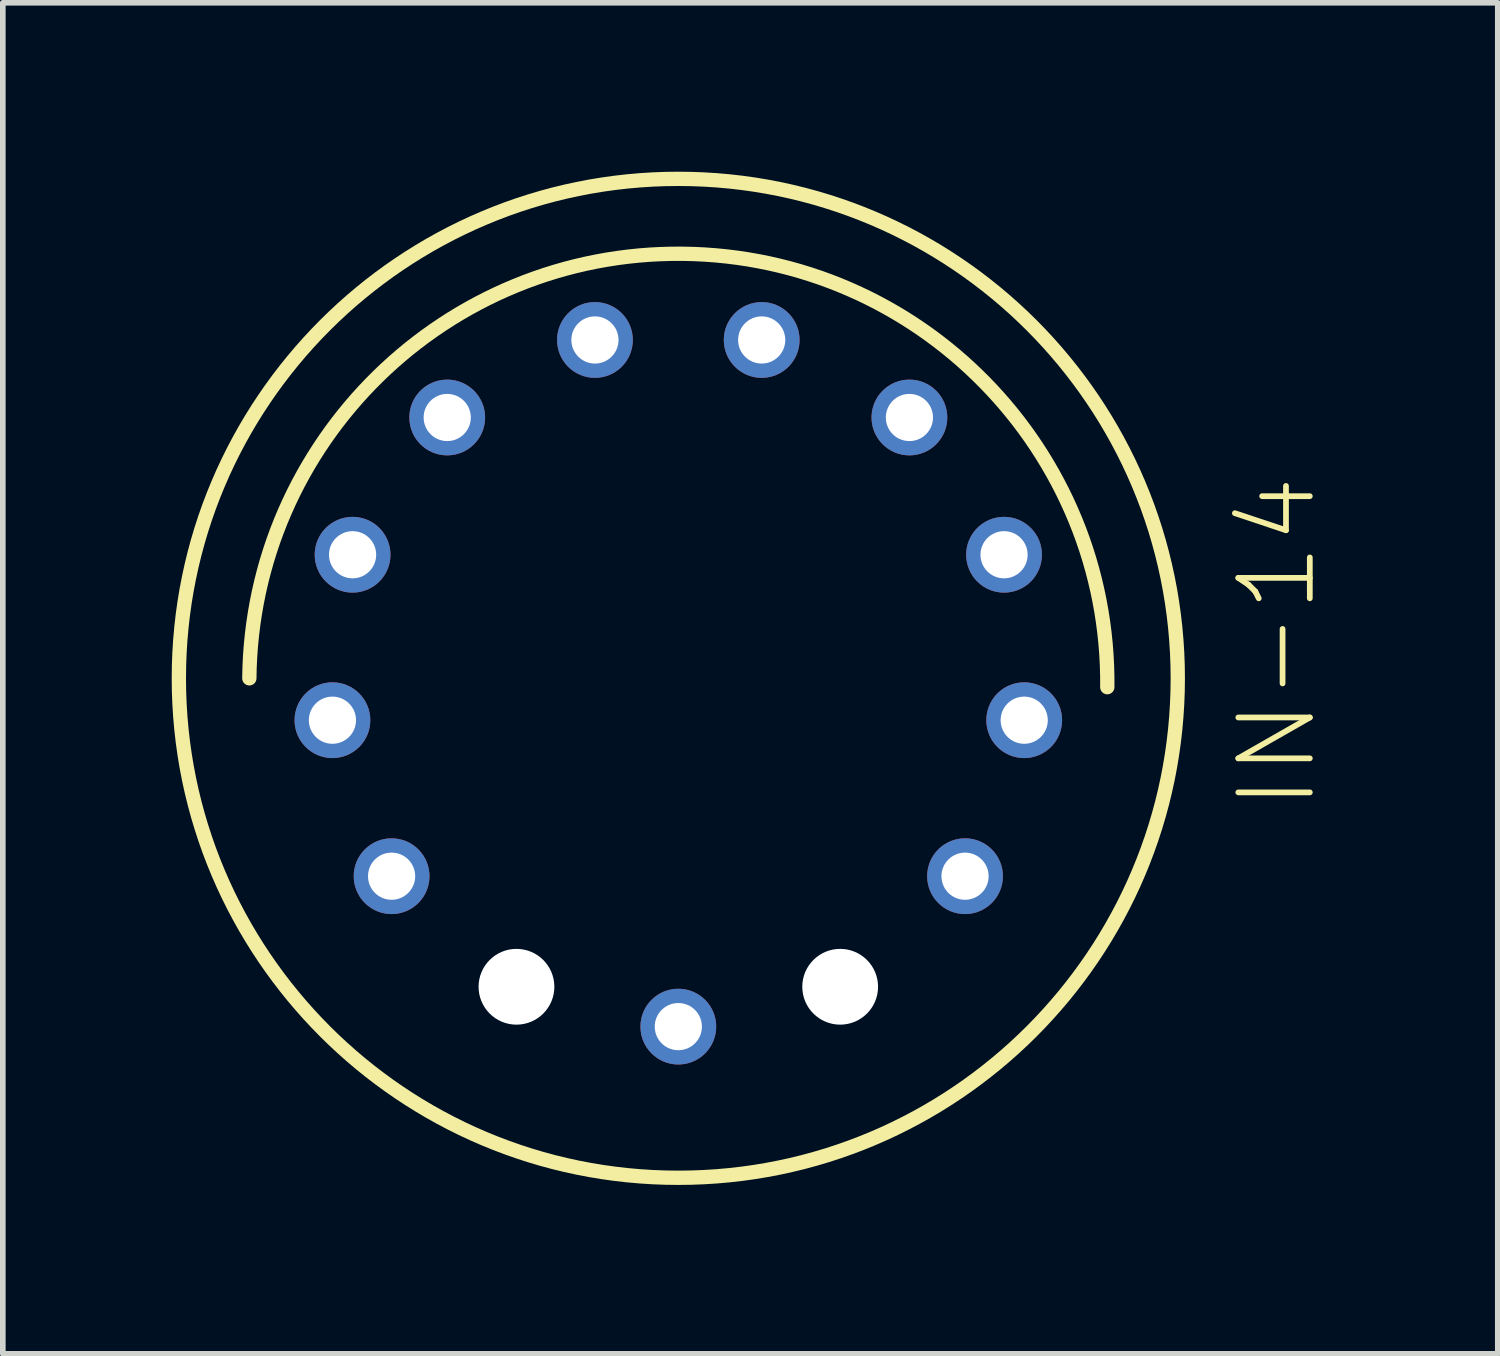
<source format=kicad_pcb>
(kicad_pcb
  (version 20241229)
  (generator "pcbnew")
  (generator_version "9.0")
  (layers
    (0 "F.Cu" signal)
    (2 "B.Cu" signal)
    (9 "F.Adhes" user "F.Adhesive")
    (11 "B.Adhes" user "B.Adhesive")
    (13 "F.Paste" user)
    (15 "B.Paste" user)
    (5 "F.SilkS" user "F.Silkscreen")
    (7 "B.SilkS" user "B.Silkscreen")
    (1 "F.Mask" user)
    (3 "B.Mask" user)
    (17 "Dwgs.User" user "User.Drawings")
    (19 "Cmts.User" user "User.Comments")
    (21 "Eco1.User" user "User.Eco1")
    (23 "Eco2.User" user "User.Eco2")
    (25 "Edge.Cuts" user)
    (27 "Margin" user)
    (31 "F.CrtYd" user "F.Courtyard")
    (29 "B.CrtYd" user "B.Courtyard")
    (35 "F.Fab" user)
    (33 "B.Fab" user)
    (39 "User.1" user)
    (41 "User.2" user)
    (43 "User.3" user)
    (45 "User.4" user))
  (footprint "IN-14"
    (layer "F.Cu")
    (at 8.999 8.999)
    (property "Reference" "IN-14" (at 10.635 -0.635 90) (layer "F.SilkS") (effects (font (size 1.27 1.27) (thickness 0.102))))
    (attr exclude_from_pos_files exclude_from_bom)
    (fp_arc (start -7.62 0) (mid 0.07874 -7.54126) (end 7.62 0.15748) (stroke (width 0.254) (type solid)) (layer "F.SilkS"))
    (fp_circle (center 0 0) (end 0 -8.872) (stroke (width 0.254) (type solid)) (fill no) (layer "F.SilkS"))
    (pad "" np_thru_hole circle (at -2.875 5.479) (size 1.346 1.346) (drill 1.346) (layers "*.Cu" "*.Mask"))
    (pad "" np_thru_hole circle (at 2.875 5.479) (size 1.346 1.346) (drill 1.346) (layers "*.Cu" "*.Mask"))
    (pad "0" thru_hole circle (at -5.093 3.515) (size 1.346 1.346) (drill 0.838) (layers "*.Cu" "*.Mask"))
    (pad "1" thru_hole circle (at 5.093 3.515) (size 1.346 1.346) (drill 0.838) (layers "*.Cu" "*.Mask"))
    (pad "2" thru_hole circle (at 6.144 0.744) (size 1.346 1.346) (drill 0.838) (layers "*.Cu" "*.Mask"))
    (pad "3" thru_hole circle (at 5.786 -2.195) (size 1.346 1.346) (drill 0.838) (layers "*.Cu" "*.Mask"))
    (pad "4" thru_hole circle (at 4.105 -4.633) (size 1.346 1.346) (drill 0.838) (layers "*.Cu" "*.Mask"))
    (pad "5" thru_hole circle (at 1.481 -6.01) (size 1.346 1.346) (drill 0.838) (layers "*.Cu" "*.Mask"))
    (pad "6" thru_hole circle (at -1.481 -6.01) (size 1.346 1.346) (drill 0.838) (layers "*.Cu" "*.Mask"))
    (pad "7" thru_hole circle (at -4.105 -4.633) (size 1.346 1.346) (drill 0.838) (layers "*.Cu" "*.Mask"))
    (pad "8" thru_hole circle (at -5.786 -2.195) (size 1.346 1.346) (drill 0.838) (layers "*.Cu" "*.Mask"))
    (pad "9" thru_hole circle (at -6.144 0.744) (size 1.346 1.346) (drill 0.838) (layers "*.Cu" "*.Mask"))
    (pad "A" thru_hole circle (at 0 6.187) (size 1.346 1.346) (drill 0.838) (layers "*.Cu" "*.Mask")))
  (gr_rect
    (start -3 -3)
    (end 23.555 20.998)
    (stroke (width 0.1) (type default))
    (fill no)
    (layer "Edge.Cuts")))
</source>
